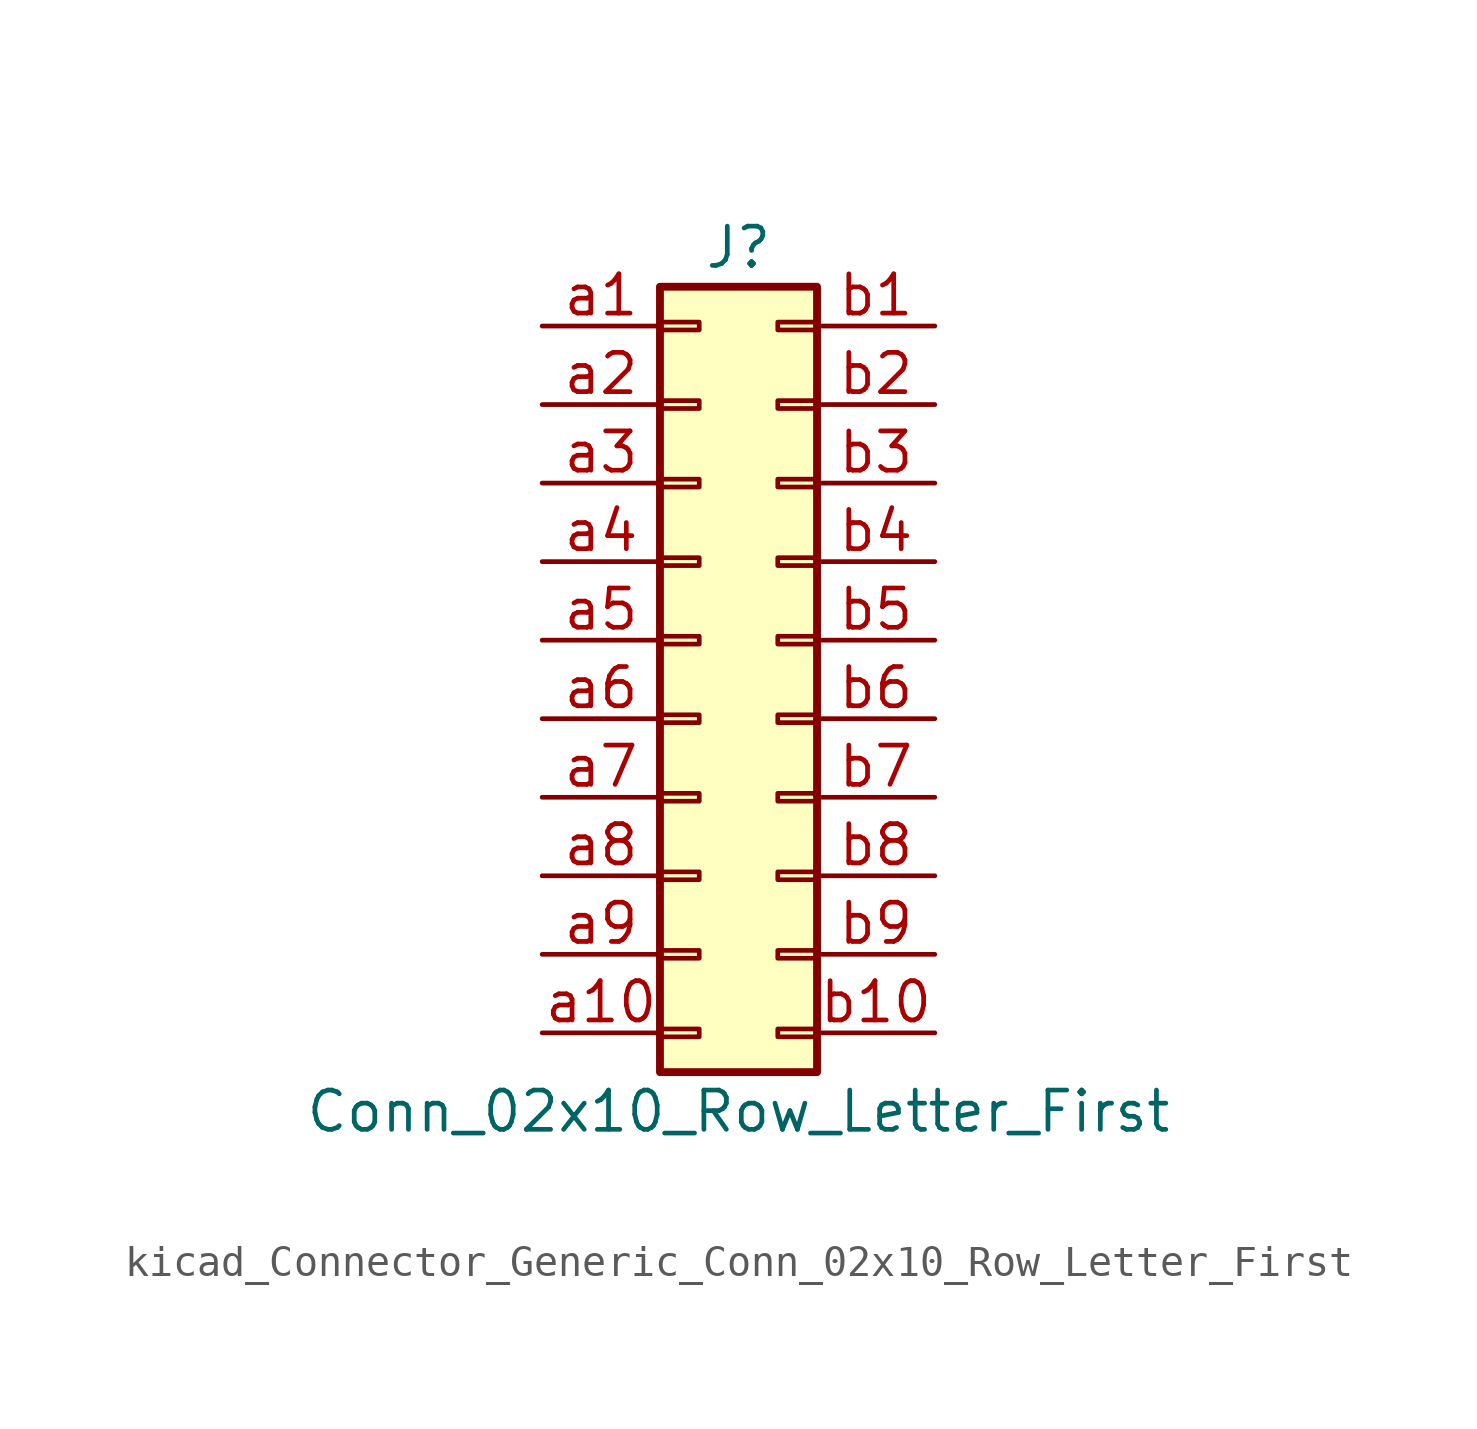
<source format=kicad_sym>
(kicad_symbol_lib
  (version 20220914)
  (generator kicad_symbol_editor)
  (symbol "kicad_Connector_Generic_Conn_02x10_Row_Letter_First"
    (pin_names
      (offset 1.016) hide)
    (property "Reference" "J"
      (at 1.27 12.7 0)
      (effects (font (size 1.27 1.27))))
    (property "Value" "Conn_02x10_Row_Letter_First"
      (at 1.27 -15.24 0)
      (effects (font (size 1.27 1.27))))
    (symbol "kicad_Connector_Generic_Conn_02x10_Row_Letter_First_1_1"
      (rectangle (start -1.27 -12.573) (end 0 -12.827) (stroke (width 0.152) (type default)) (fill (type none)))
      (rectangle (start -1.27 -10.033) (end 0 -10.287) (stroke (width 0.152) (type default)) (fill (type none)))
      (rectangle (start -1.27 -7.493) (end 0 -7.747) (stroke (width 0.152) (type default)) (fill (type none)))
      (rectangle (start -1.27 -4.953) (end 0 -5.207) (stroke (width 0.152) (type default)) (fill (type none)))
      (rectangle (start -1.27 -2.413) (end 0 -2.667) (stroke (width 0.152) (type default)) (fill (type none)))
      (rectangle (start -1.27 0.127) (end 0 -0.127) (stroke (width 0.152) (type default)) (fill (type none)))
      (rectangle (start -1.27 2.667) (end 0 2.413) (stroke (width 0.152) (type default)) (fill (type none)))
      (rectangle (start -1.27 5.207) (end 0 4.953) (stroke (width 0.152) (type default)) (fill (type none)))
      (rectangle (start -1.27 7.747) (end 0 7.493) (stroke (width 0.152) (type default)) (fill (type none)))
      (rectangle (start -1.27 10.287) (end 0 10.033) (stroke (width 0.152) (type default)) (fill (type none)))
      (rectangle (start -1.27 11.43) (end 3.81 -13.97) (stroke (width 0.254) (type default)) (fill (type background)))
      (rectangle (start 3.81 -12.573) (end 2.54 -12.827) (stroke (width 0.152) (type default)) (fill (type none)))
      (rectangle (start 3.81 -10.033) (end 2.54 -10.287) (stroke (width 0.152) (type default)) (fill (type none)))
      (rectangle (start 3.81 -7.493) (end 2.54 -7.747) (stroke (width 0.152) (type default)) (fill (type none)))
      (rectangle (start 3.81 -4.953) (end 2.54 -5.207) (stroke (width 0.152) (type default)) (fill (type none)))
      (rectangle (start 3.81 -2.413) (end 2.54 -2.667) (stroke (width 0.152) (type default)) (fill (type none)))
      (rectangle (start 3.81 0.127) (end 2.54 -0.127) (stroke (width 0.152) (type default)) (fill (type none)))
      (rectangle (start 3.81 2.667) (end 2.54 2.413) (stroke (width 0.152) (type default)) (fill (type none)))
      (rectangle (start 3.81 5.207) (end 2.54 4.953) (stroke (width 0.152) (type default)) (fill (type none)))
      (rectangle (start 3.81 7.747) (end 2.54 7.493) (stroke (width 0.152) (type default)) (fill (type none)))
      (rectangle (start 3.81 10.287) (end 2.54 10.033) (stroke (width 0.152) (type default)) (fill (type none)))
      (pin passive line (at -5.08 10.16 0) (length 3.81) (name "Pin_a1" (effects (font (size 1.27 1.27)))) (number "a1" (effects (font (size 1.27 1.27)))))
      (pin passive line (at -5.08 -12.7 0) (length 3.81) (name "Pin_a10" (effects (font (size 1.27 1.27)))) (number "a10" (effects (font (size 1.27 1.27)))))
      (pin passive line (at -5.08 7.62 0) (length 3.81) (name "Pin_a2" (effects (font (size 1.27 1.27)))) (number "a2" (effects (font (size 1.27 1.27)))))
      (pin passive line (at -5.08 5.08 0) (length 3.81) (name "Pin_a3" (effects (font (size 1.27 1.27)))) (number "a3" (effects (font (size 1.27 1.27)))))
      (pin passive line (at -5.08 2.54 0) (length 3.81) (name "Pin_a4" (effects (font (size 1.27 1.27)))) (number "a4" (effects (font (size 1.27 1.27)))))
      (pin passive line (at -5.08 0 0) (length 3.81) (name "Pin_a5" (effects (font (size 1.27 1.27)))) (number "a5" (effects (font (size 1.27 1.27)))))
      (pin passive line (at -5.08 -2.54 0) (length 3.81) (name "Pin_a6" (effects (font (size 1.27 1.27)))) (number "a6" (effects (font (size 1.27 1.27)))))
      (pin passive line (at -5.08 -5.08 0) (length 3.81) (name "Pin_a7" (effects (font (size 1.27 1.27)))) (number "a7" (effects (font (size 1.27 1.27)))))
      (pin passive line (at -5.08 -7.62 0) (length 3.81) (name "Pin_a8" (effects (font (size 1.27 1.27)))) (number "a8" (effects (font (size 1.27 1.27)))))
      (pin passive line (at -5.08 -10.16 0) (length 3.81) (name "Pin_a9" (effects (font (size 1.27 1.27)))) (number "a9" (effects (font (size 1.27 1.27)))))
      (pin passive line (at 7.62 10.16 180) (length 3.81) (name "Pin_b1" (effects (font (size 1.27 1.27)))) (number "b1" (effects (font (size 1.27 1.27)))))
      (pin passive line (at 7.62 -12.7 180) (length 3.81) (name "Pin_b10" (effects (font (size 1.27 1.27)))) (number "b10" (effects (font (size 1.27 1.27)))))
      (pin passive line (at 7.62 7.62 180) (length 3.81) (name "Pin_b2" (effects (font (size 1.27 1.27)))) (number "b2" (effects (font (size 1.27 1.27)))))
      (pin passive line (at 7.62 5.08 180) (length 3.81) (name "Pin_b3" (effects (font (size 1.27 1.27)))) (number "b3" (effects (font (size 1.27 1.27)))))
      (pin passive line (at 7.62 2.54 180) (length 3.81) (name "Pin_b4" (effects (font (size 1.27 1.27)))) (number "b4" (effects (font (size 1.27 1.27)))))
      (pin passive line (at 7.62 0 180) (length 3.81) (name "Pin_b5" (effects (font (size 1.27 1.27)))) (number "b5" (effects (font (size 1.27 1.27)))))
      (pin passive line (at 7.62 -2.54 180) (length 3.81) (name "Pin_b6" (effects (font (size 1.27 1.27)))) (number "b6" (effects (font (size 1.27 1.27)))))
      (pin passive line (at 7.62 -5.08 180) (length 3.81) (name "Pin_b7" (effects (font (size 1.27 1.27)))) (number "b7" (effects (font (size 1.27 1.27)))))
      (pin passive line (at 7.62 -7.62 180) (length 3.81) (name "Pin_b8" (effects (font (size 1.27 1.27)))) (number "b8" (effects (font (size 1.27 1.27)))))
      (pin passive line (at 7.62 -10.16 180) (length 3.81) (name "Pin_b9" (effects (font (size 1.27 1.27)))) (number "b9" (effects (font (size 1.27 1.27))))))))
</source>
